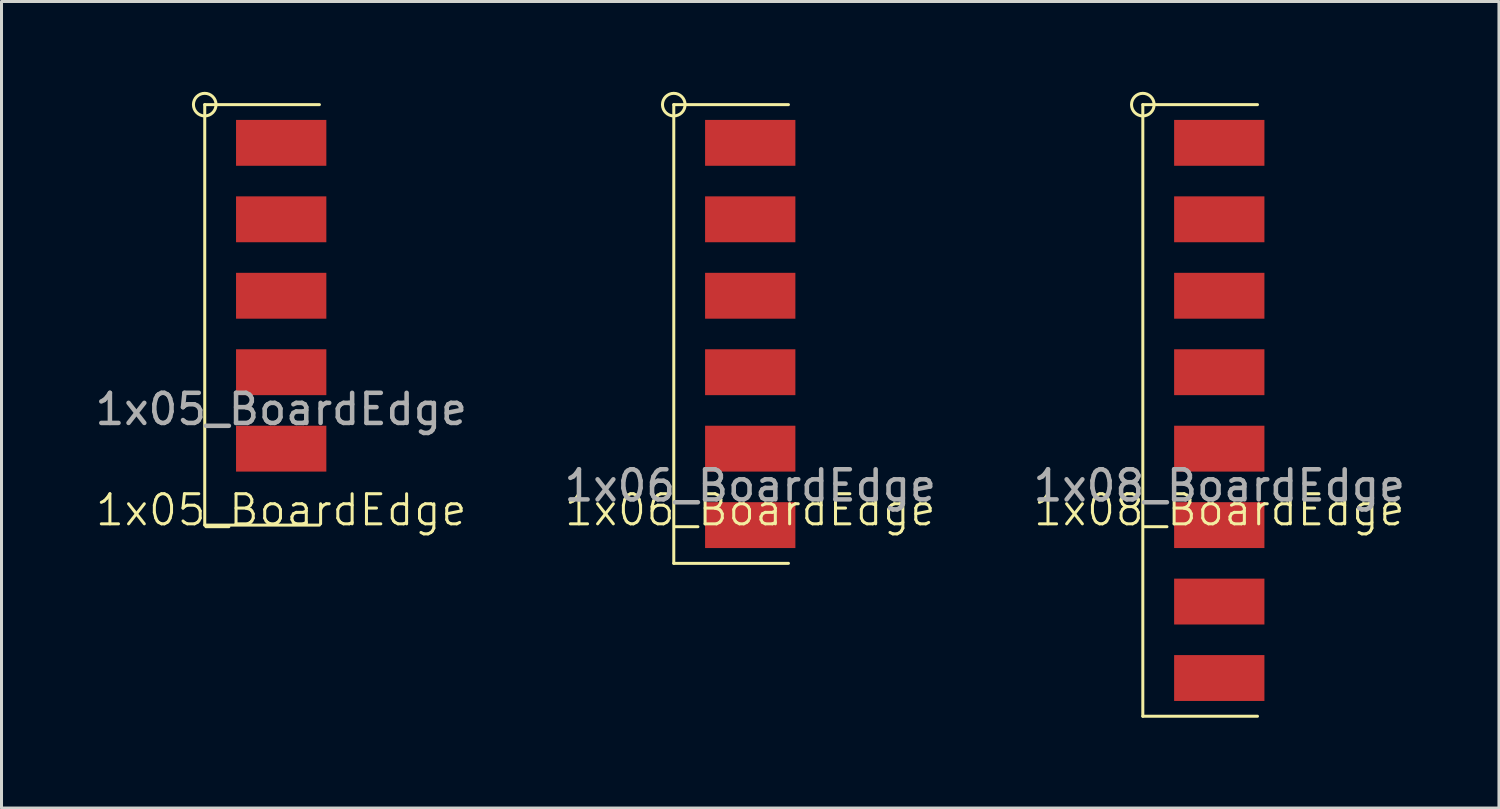
<source format=kicad_pcb>
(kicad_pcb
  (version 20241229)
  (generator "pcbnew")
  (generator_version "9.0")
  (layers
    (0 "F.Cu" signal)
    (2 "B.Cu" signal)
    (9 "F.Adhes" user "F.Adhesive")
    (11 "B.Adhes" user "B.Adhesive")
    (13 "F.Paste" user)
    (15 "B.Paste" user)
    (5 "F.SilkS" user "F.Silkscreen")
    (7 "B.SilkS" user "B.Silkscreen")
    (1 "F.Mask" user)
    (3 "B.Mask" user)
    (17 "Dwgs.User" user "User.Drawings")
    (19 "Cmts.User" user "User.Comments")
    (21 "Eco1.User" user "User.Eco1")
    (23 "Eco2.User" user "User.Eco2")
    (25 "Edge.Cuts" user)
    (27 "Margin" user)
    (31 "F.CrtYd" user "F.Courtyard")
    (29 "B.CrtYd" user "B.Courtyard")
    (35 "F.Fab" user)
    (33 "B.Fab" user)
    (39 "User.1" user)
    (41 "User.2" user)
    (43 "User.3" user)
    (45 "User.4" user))
  (footprint "1x08_BoardEdge"
    (layer "F.Cu")
    (at 37.458 10.586)
    (property "Reference" "1x08_BoardEdge" (at 0 3.31 0) (unlocked yes) (layer "F.SilkS") (effects (font (size 1 1) (thickness 0.1))))
    (attr smd)
    (fp_line (start -2.54 -10.16) (end -2.54 10.16) (stroke (width 0.1) (type default)) (layer "F.SilkS"))
    (fp_line (start -2.54 10.16) (end 1.27 10.16) (stroke (width 0.1) (type default)) (layer "F.SilkS"))
    (fp_line (start 1.27 -10.16) (end -2.54 -10.16) (stroke (width 0.1) (type default)) (layer "F.SilkS"))
    (fp_circle (center -2.54 -10.16) (end -2.331 -9.848) (stroke (width 0.1) (type default)) (fill no) (layer "F.SilkS"))
    (fp_text user "${REFERENCE}" (at 0 2.5 0) (unlocked yes) (layer "F.Fab") (effects (font (size 1 1) (thickness 0.15))))
    (pad "1" smd rect (at 0 -8.89) (size 3 1.524) (layers "F.Cu" "F.Mask" "F.Paste"))
    (pad "2" smd rect (at 0 -6.35) (size 3 1.524) (layers "F.Cu" "F.Mask" "F.Paste"))
    (pad "3" smd rect (at 0 -3.81) (size 3 1.524) (layers "F.Cu" "F.Mask" "F.Paste"))
    (pad "4" smd rect (at 0 -1.27) (size 3 1.524) (layers "F.Cu" "F.Mask" "F.Paste"))
    (pad "5" smd rect (at 0 1.27) (size 3 1.524) (layers "F.Cu" "F.Mask" "F.Paste"))
    (pad "6" smd rect (at 0 3.81) (size 3 1.524) (layers "F.Cu" "F.Mask" "F.Paste"))
    (pad "7" smd rect (at 0 6.35) (size 3 1.524) (layers "F.Cu" "F.Mask" "F.Paste"))
    (pad "8" smd rect (at 0 8.89) (size 3 1.524) (layers "F.Cu" "F.Mask" "F.Paste")))
  (footprint "1x05_BoardEdge"
    (layer "F.Cu")
    (at 6.292 6.776)
    (property "Reference" "1x05_BoardEdge" (at 0 7.12 0) (unlocked yes) (layer "F.SilkS") (effects (font (size 1 1) (thickness 0.1))))
    (attr smd)
    (fp_line (start -2.54 -6.35) (end -2.54 7.62) (stroke (width 0.1) (type default)) (layer "F.SilkS"))
    (fp_line (start -2.54 7.62) (end 1.27 7.62) (stroke (width 0.1) (type default)) (layer "F.SilkS"))
    (fp_line (start 1.27 -6.35) (end -2.54 -6.35) (stroke (width 0.1) (type default)) (layer "F.SilkS"))
    (fp_circle (center -2.54 -6.35) (end -2.331 -6.038) (stroke (width 0.1) (type default)) (fill no) (layer "F.SilkS"))
    (fp_text user "${REFERENCE}" (at 0 3.77 0) (unlocked yes) (layer "F.Fab") (effects (font (size 1 1) (thickness 0.15))))
    (pad "1" smd rect (at 0 -5.08) (size 3 1.524) (layers "F.Cu" "F.Mask" "F.Paste"))
    (pad "2" smd rect (at 0 -2.54) (size 3 1.524) (layers "F.Cu" "F.Mask" "F.Paste"))
    (pad "3" smd rect (at 0 0) (size 3 1.524) (layers "F.Cu" "F.Mask" "F.Paste"))
    (pad "4" smd rect (at 0 2.54) (size 3 1.524) (layers "F.Cu" "F.Mask" "F.Paste"))
    (pad "5" smd rect (at 0 5.08) (size 3 1.524) (layers "F.Cu" "F.Mask" "F.Paste")))
  (footprint "1x06_BoardEdge"
    (layer "F.Cu")
    (at 21.875 9.316)
    (property "Reference" "1x06_BoardEdge" (at 0 4.58 0) (unlocked yes) (layer "F.SilkS") (effects (font (size 1 1) (thickness 0.1))))
    (attr smd)
    (fp_line (start -2.54 -8.89) (end -2.54 6.35) (stroke (width 0.1) (type default)) (layer "F.SilkS"))
    (fp_line (start -2.54 6.35) (end 1.27 6.35) (stroke (width 0.1) (type default)) (layer "F.SilkS"))
    (fp_line (start 1.27 -8.89) (end -2.54 -8.89) (stroke (width 0.1) (type default)) (layer "F.SilkS"))
    (fp_circle (center -2.54 -8.89) (end -2.331 -8.578) (stroke (width 0.1) (type default)) (fill no) (layer "F.SilkS"))
    (fp_text user "${REFERENCE}" (at 0 3.77 0) (unlocked yes) (layer "F.Fab") (effects (font (size 1 1) (thickness 0.15))))
    (pad "1" smd rect (at 0 -7.62) (size 3 1.524) (layers "F.Cu" "F.Mask" "F.Paste"))
    (pad "2" smd rect (at 0 -5.08) (size 3 1.524) (layers "F.Cu" "F.Mask" "F.Paste"))
    (pad "3" smd rect (at 0 -2.54) (size 3 1.524) (layers "F.Cu" "F.Mask" "F.Paste"))
    (pad "4" smd rect (at 0 0) (size 3 1.524) (layers "F.Cu" "F.Mask" "F.Paste"))
    (pad "5" smd rect (at 0 2.54) (size 3 1.524) (layers "F.Cu" "F.Mask" "F.Paste"))
    (pad "6" smd rect (at 0 5.08) (size 3 1.524) (layers "F.Cu" "F.Mask" "F.Paste")))
  (gr_rect
    (start -3 -3)
    (end 46.75 23.796)
    (stroke (width 0.1) (type default))
    (fill no)
    (layer "Edge.Cuts")))
</source>
